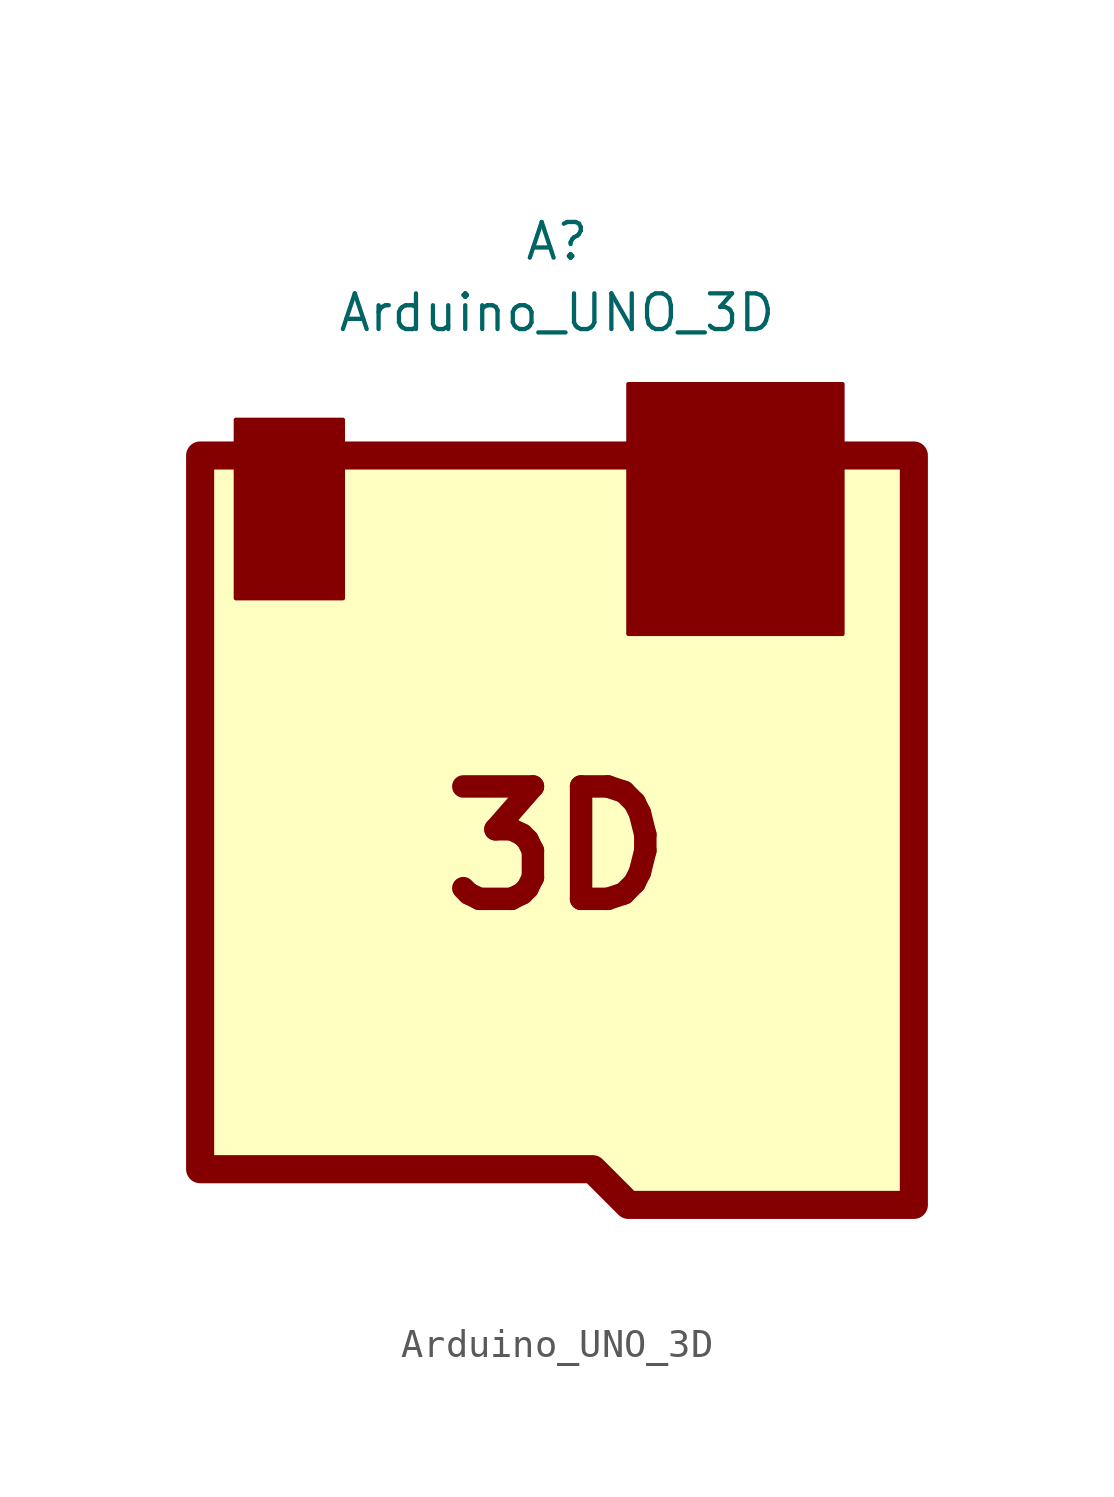
<source format=kicad_sym>
(kicad_symbol_lib
  (version 20211014)
  (generator kicad_symbol_editor)
  (symbol "Arduino_UNO_3D"
    (property "Reference" "A"
      (at -1.27 21.59 0)
      (effects (font (size 1.27 1.27))))
    (property "Value" "Arduino_UNO_3D"
      (at -1.27 19.05 0)
      (effects (font (size 1.27 1.27))))
    (symbol "Arduino_UNO_3D_0_0"
      (text "3D" (at -1.27 0 0) (effects (font (size 4 4) bold))))
    (symbol "Arduino_UNO_3D_0_1"
      (polyline (pts (xy -12.7 15.24) (xy -12.7 8.89) (xy -8.89 8.89) (xy -8.89 15.24) (xy -12.7 15.24)) (stroke (width 0) (type default) (color 0 0 0 0)) (fill (type outline)))
      (polyline (pts (xy 8.89 16.51) (xy 8.89 7.62) (xy 1.27 7.62) (xy 1.27 16.51) (xy 8.89 16.51)) (stroke (width 0) (type default) (color 0 0 0 0)) (fill (type outline)))
      (polyline (pts (xy -13.97 11.43) (xy -13.97 -11.43) (xy 0 -11.43) (xy 1.27 -12.7) (xy 11.43 -12.7) (xy 11.43 13.97) (xy -13.97 13.97) (xy -13.97 11.43)) (stroke (width 1) (type default) (color 0 0 0 0)) (fill (type background))))))
</source>
